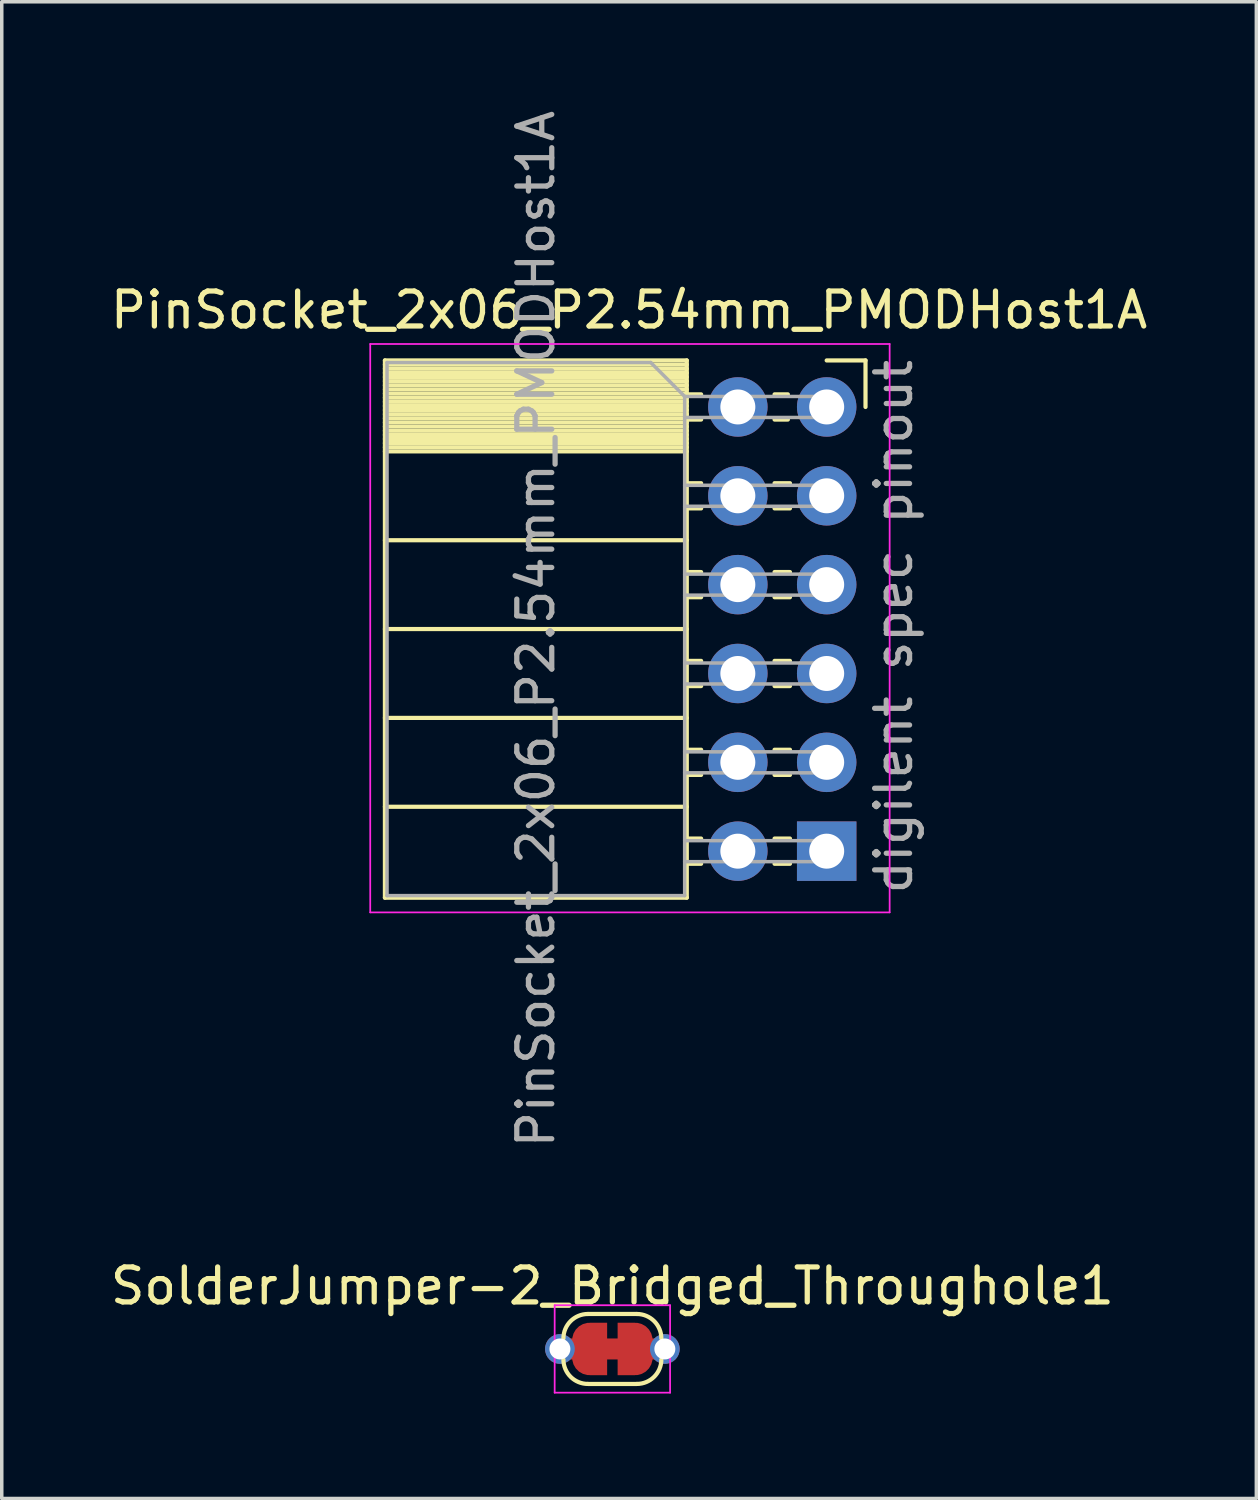
<source format=kicad_pcb>
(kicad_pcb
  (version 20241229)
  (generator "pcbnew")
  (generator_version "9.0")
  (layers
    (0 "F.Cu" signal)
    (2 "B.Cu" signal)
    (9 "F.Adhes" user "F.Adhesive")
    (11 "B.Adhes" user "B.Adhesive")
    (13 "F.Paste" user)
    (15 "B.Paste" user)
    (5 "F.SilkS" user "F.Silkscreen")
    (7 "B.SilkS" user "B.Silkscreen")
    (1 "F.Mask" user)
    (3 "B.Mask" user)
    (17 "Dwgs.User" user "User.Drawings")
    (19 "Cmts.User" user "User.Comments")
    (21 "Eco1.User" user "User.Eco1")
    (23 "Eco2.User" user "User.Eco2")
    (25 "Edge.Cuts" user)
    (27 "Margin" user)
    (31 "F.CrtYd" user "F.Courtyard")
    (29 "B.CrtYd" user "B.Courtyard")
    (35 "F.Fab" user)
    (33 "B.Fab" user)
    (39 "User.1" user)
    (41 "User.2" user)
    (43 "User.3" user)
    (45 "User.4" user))
  (footprint "PinSocket_2x06_P2.54mm_PMODHost1A"
    (layer "F.Cu")
    (at 20.585 8.585)
    (property "Reference" "PinSocket_2x06_P2.54mm_PMODHost1A" (at -5.65 -2.77 0) (layer "F.SilkS") (effects (font (size 1 1) (thickness 0.15))))
    (attr through_hole)
    (fp_line (start -12.63 -1.33) (end -12.63 14.03) (stroke (width 0.12) (type solid)) (layer "F.SilkS"))
    (fp_line (start -12.63 -1.33) (end -4 -1.33) (stroke (width 0.12) (type solid)) (layer "F.SilkS"))
    (fp_line (start -12.63 -1.21) (end -4 -1.21) (stroke (width 0.12) (type solid)) (layer "F.SilkS"))
    (fp_line (start -12.63 -1.092) (end -4 -1.092) (stroke (width 0.12) (type solid)) (layer "F.SilkS"))
    (fp_line (start -12.63 -0.974) (end -4 -0.974) (stroke (width 0.12) (type solid)) (layer "F.SilkS"))
    (fp_line (start -12.63 -0.856) (end -4 -0.856) (stroke (width 0.12) (type solid)) (layer "F.SilkS"))
    (fp_line (start -12.63 -0.738) (end -4 -0.738) (stroke (width 0.12) (type solid)) (layer "F.SilkS"))
    (fp_line (start -12.63 -0.62) (end -4 -0.62) (stroke (width 0.12) (type solid)) (layer "F.SilkS"))
    (fp_line (start -12.63 -0.501) (end -4 -0.501) (stroke (width 0.12) (type solid)) (layer "F.SilkS"))
    (fp_line (start -12.63 -0.383) (end -4 -0.383) (stroke (width 0.12) (type solid)) (layer "F.SilkS"))
    (fp_line (start -12.63 -0.265) (end -4 -0.265) (stroke (width 0.12) (type solid)) (layer "F.SilkS"))
    (fp_line (start -12.63 -0.147) (end -4 -0.147) (stroke (width 0.12) (type solid)) (layer "F.SilkS"))
    (fp_line (start -12.63 -0.029) (end -4 -0.029) (stroke (width 0.12) (type solid)) (layer "F.SilkS"))
    (fp_line (start -12.63 0.089) (end -4 0.089) (stroke (width 0.12) (type solid)) (layer "F.SilkS"))
    (fp_line (start -12.63 0.207) (end -4 0.207) (stroke (width 0.12) (type solid)) (layer "F.SilkS"))
    (fp_line (start -12.63 0.325) (end -4 0.325) (stroke (width 0.12) (type solid)) (layer "F.SilkS"))
    (fp_line (start -12.63 0.443) (end -4 0.443) (stroke (width 0.12) (type solid)) (layer "F.SilkS"))
    (fp_line (start -12.63 0.561) (end -4 0.561) (stroke (width 0.12) (type solid)) (layer "F.SilkS"))
    (fp_line (start -12.63 0.68) (end -4 0.68) (stroke (width 0.12) (type solid)) (layer "F.SilkS"))
    (fp_line (start -12.63 0.798) (end -4 0.798) (stroke (width 0.12) (type solid)) (layer "F.SilkS"))
    (fp_line (start -12.63 0.916) (end -4 0.916) (stroke (width 0.12) (type solid)) (layer "F.SilkS"))
    (fp_line (start -12.63 1.034) (end -4 1.034) (stroke (width 0.12) (type solid)) (layer "F.SilkS"))
    (fp_line (start -12.63 1.152) (end -4 1.152) (stroke (width 0.12) (type solid)) (layer "F.SilkS"))
    (fp_line (start -12.63 1.27) (end -4 1.27) (stroke (width 0.12) (type solid)) (layer "F.SilkS"))
    (fp_line (start -12.63 3.81) (end -4 3.81) (stroke (width 0.12) (type solid)) (layer "F.SilkS"))
    (fp_line (start -12.63 6.35) (end -4 6.35) (stroke (width 0.12) (type solid)) (layer "F.SilkS"))
    (fp_line (start -12.63 8.89) (end -4 8.89) (stroke (width 0.12) (type solid)) (layer "F.SilkS"))
    (fp_line (start -12.63 11.43) (end -4 11.43) (stroke (width 0.12) (type solid)) (layer "F.SilkS"))
    (fp_line (start -12.63 14.03) (end -4 14.03) (stroke (width 0.12) (type solid)) (layer "F.SilkS"))
    (fp_line (start -4 -1.33) (end -4 14.03) (stroke (width 0.12) (type solid)) (layer "F.SilkS"))
    (fp_line (start -4 -0.36) (end -3.59 -0.36) (stroke (width 0.12) (type solid)) (layer "F.SilkS"))
    (fp_line (start -4 0.36) (end -3.59 0.36) (stroke (width 0.12) (type solid)) (layer "F.SilkS"))
    (fp_line (start -4 2.18) (end -3.59 2.18) (stroke (width 0.12) (type solid)) (layer "F.SilkS"))
    (fp_line (start -4 2.9) (end -3.59 2.9) (stroke (width 0.12) (type solid)) (layer "F.SilkS"))
    (fp_line (start -4 4.72) (end -3.59 4.72) (stroke (width 0.12) (type solid)) (layer "F.SilkS"))
    (fp_line (start -4 5.44) (end -3.59 5.44) (stroke (width 0.12) (type solid)) (layer "F.SilkS"))
    (fp_line (start -4 7.26) (end -3.59 7.26) (stroke (width 0.12) (type solid)) (layer "F.SilkS"))
    (fp_line (start -4 7.98) (end -3.59 7.98) (stroke (width 0.12) (type solid)) (layer "F.SilkS"))
    (fp_line (start -4 9.8) (end -3.59 9.8) (stroke (width 0.12) (type solid)) (layer "F.SilkS"))
    (fp_line (start -4 10.52) (end -3.59 10.52) (stroke (width 0.12) (type solid)) (layer "F.SilkS"))
    (fp_line (start -4 12.34) (end -3.59 12.34) (stroke (width 0.12) (type solid)) (layer "F.SilkS"))
    (fp_line (start -4 13.06) (end -3.59 13.06) (stroke (width 0.12) (type solid)) (layer "F.SilkS"))
    (fp_line (start -1.49 -0.36) (end -1.11 -0.36) (stroke (width 0.12) (type solid)) (layer "F.SilkS"))
    (fp_line (start -1.49 0.36) (end -1.11 0.36) (stroke (width 0.12) (type solid)) (layer "F.SilkS"))
    (fp_line (start -1.49 2.18) (end -1.05 2.18) (stroke (width 0.12) (type solid)) (layer "F.SilkS"))
    (fp_line (start -1.49 2.9) (end -1.05 2.9) (stroke (width 0.12) (type solid)) (layer "F.SilkS"))
    (fp_line (start -1.49 4.72) (end -1.05 4.72) (stroke (width 0.12) (type solid)) (layer "F.SilkS"))
    (fp_line (start -1.49 5.44) (end -1.05 5.44) (stroke (width 0.12) (type solid)) (layer "F.SilkS"))
    (fp_line (start -1.49 7.26) (end -1.05 7.26) (stroke (width 0.12) (type solid)) (layer "F.SilkS"))
    (fp_line (start -1.49 7.98) (end -1.05 7.98) (stroke (width 0.12) (type solid)) (layer "F.SilkS"))
    (fp_line (start -1.49 9.8) (end -1.05 9.8) (stroke (width 0.12) (type solid)) (layer "F.SilkS"))
    (fp_line (start -1.49 10.52) (end -1.05 10.52) (stroke (width 0.12) (type solid)) (layer "F.SilkS"))
    (fp_line (start -1.49 12.34) (end -1.05 12.34) (stroke (width 0.12) (type solid)) (layer "F.SilkS"))
    (fp_line (start -1.49 13.06) (end -1.05 13.06) (stroke (width 0.12) (type solid)) (layer "F.SilkS"))
    (fp_line (start 0 -1.33) (end 1.11 -1.33) (stroke (width 0.12) (type solid)) (layer "F.SilkS"))
    (fp_line (start 1.11 -1.33) (end 1.11 0) (stroke (width 0.12) (type solid)) (layer "F.SilkS"))
    (fp_line (start -13.05 -1.8) (end -13.05 14.45) (stroke (width 0.05) (type solid)) (layer "F.CrtYd"))
    (fp_line (start -13.05 14.45) (end 1.8 14.45) (stroke (width 0.05) (type solid)) (layer "F.CrtYd"))
    (fp_line (start 1.8 -1.8) (end -13.05 -1.8) (stroke (width 0.05) (type solid)) (layer "F.CrtYd"))
    (fp_line (start 1.8 14.45) (end 1.8 -1.8) (stroke (width 0.05) (type solid)) (layer "F.CrtYd"))
    (fp_line (start -12.57 -1.27) (end -5.03 -1.27) (stroke (width 0.1) (type solid)) (layer "F.Fab"))
    (fp_line (start -12.57 13.97) (end -12.57 -1.27) (stroke (width 0.1) (type solid)) (layer "F.Fab"))
    (fp_line (start -5.03 -1.27) (end -4.06 -0.3) (stroke (width 0.1) (type solid)) (layer "F.Fab"))
    (fp_line (start -4.06 -0.3) (end -4.06 13.97) (stroke (width 0.1) (type solid)) (layer "F.Fab"))
    (fp_line (start -4.06 0.3) (end 0 0.3) (stroke (width 0.1) (type solid)) (layer "F.Fab"))
    (fp_line (start -4.06 2.84) (end 0 2.84) (stroke (width 0.1) (type solid)) (layer "F.Fab"))
    (fp_line (start -4.06 5.38) (end 0 5.38) (stroke (width 0.1) (type solid)) (layer "F.Fab"))
    (fp_line (start -4.06 7.92) (end 0 7.92) (stroke (width 0.1) (type solid)) (layer "F.Fab"))
    (fp_line (start -4.06 10.46) (end 0 10.46) (stroke (width 0.1) (type solid)) (layer "F.Fab"))
    (fp_line (start -4.06 13) (end 0 13) (stroke (width 0.1) (type solid)) (layer "F.Fab"))
    (fp_line (start -4.06 13.97) (end -12.57 13.97) (stroke (width 0.1) (type solid)) (layer "F.Fab"))
    (fp_line (start 0 -0.3) (end -4.06 -0.3) (stroke (width 0.1) (type solid)) (layer "F.Fab"))
    (fp_line (start 0 0.3) (end 0 -0.3) (stroke (width 0.1) (type solid)) (layer "F.Fab"))
    (fp_line (start 0 2.24) (end -4.06 2.24) (stroke (width 0.1) (type solid)) (layer "F.Fab"))
    (fp_line (start 0 2.84) (end 0 2.24) (stroke (width 0.1) (type solid)) (layer "F.Fab"))
    (fp_line (start 0 4.78) (end -4.06 4.78) (stroke (width 0.1) (type solid)) (layer "F.Fab"))
    (fp_line (start 0 5.38) (end 0 4.78) (stroke (width 0.1) (type solid)) (layer "F.Fab"))
    (fp_line (start 0 7.32) (end -4.06 7.32) (stroke (width 0.1) (type solid)) (layer "F.Fab"))
    (fp_line (start 0 7.92) (end 0 7.32) (stroke (width 0.1) (type solid)) (layer "F.Fab"))
    (fp_line (start 0 9.86) (end -4.06 9.86) (stroke (width 0.1) (type solid)) (layer "F.Fab"))
    (fp_line (start 0 10.46) (end 0 9.86) (stroke (width 0.1) (type solid)) (layer "F.Fab"))
    (fp_line (start 0 12.4) (end -4.06 12.4) (stroke (width 0.1) (type solid)) (layer "F.Fab"))
    (fp_line (start 0 13) (end 0 12.4) (stroke (width 0.1) (type solid)) (layer "F.Fab"))
    (fp_text user "${REFERENCE}" (at -8.315 6.35 90) (layer "F.Fab") (effects (font (size 1 1) (thickness 0.15))))
    (fp_text user "digilent spec pinout" (at 2.5 14 90) (unlocked yes) (layer "F.Fab") (effects (font (size 1 1) (thickness 0.15)) (justify left bottom)))
    (pad "1" thru_hole rect (at 0 12.7) (size 1.7 1.7) (drill 1) (layers "*.Cu" "*.Mask"))
    (pad "2" thru_hole oval (at 0 10.16) (size 1.7 1.7) (drill 1) (layers "*.Cu" "*.Mask"))
    (pad "3" thru_hole oval (at 0 7.62) (size 1.7 1.7) (drill 1) (layers "*.Cu" "*.Mask"))
    (pad "4" thru_hole oval (at 0 5.08) (size 1.7 1.7) (drill 1) (layers "*.Cu" "*.Mask"))
    (pad "5" thru_hole oval (at 0 2.54) (size 1.7 1.7) (drill 1) (layers "*.Cu" "*.Mask"))
    (pad "6" thru_hole circle (at 0 0) (size 1.7 1.7) (drill 1) (layers "*.Cu" "*.Mask"))
    (pad "7" thru_hole oval (at -2.54 12.7) (size 1.7 1.7) (drill 1) (layers "*.Cu" "*.Mask"))
    (pad "8" thru_hole oval (at -2.54 10.16) (size 1.7 1.7) (drill 1) (layers "*.Cu" "*.Mask"))
    (pad "9" thru_hole oval (at -2.54 7.62) (size 1.7 1.7) (drill 1) (layers "*.Cu" "*.Mask"))
    (pad "10" thru_hole oval (at -2.54 5.08) (size 1.7 1.7) (drill 1) (layers "*.Cu" "*.Mask"))
    (pad "11" thru_hole oval (at -2.54 2.54) (size 1.7 1.7) (drill 1) (layers "*.Cu" "*.Mask"))
    (pad "12" thru_hole oval (at -2.54 0) (size 1.7 1.7) (drill 1) (layers "*.Cu" "*.Mask")))
  (footprint "SolderJumper-2_Bridged_Throughole1"
    (layer "F.Cu")
    (at 14.458 35.517)
    (property "Reference" "SolderJumper-2_Bridged_Throughole1" (at 0 -1.8 0) (layer "F.SilkS") (effects (font (size 1 1) (thickness 0.15))))
    (attr exclude_from_pos_files exclude_from_bom)
    (fp_poly (pts (xy -0.75 -0.3) (xy -1.25 -0.3) (xy -1.25 0.3) (xy -0.75 0.3)) (stroke (width 0) (type solid)) (fill yes) (layer "F.Cu"))
    (fp_poly (pts (xy 0.25 -0.3) (xy -0.25 -0.3) (xy -0.25 0.3) (xy 0.25 0.3)) (stroke (width 0) (type solid)) (fill yes) (layer "F.Cu"))
    (fp_poly (pts (xy 1.25 -0.3) (xy 0.75 -0.3) (xy 0.75 0.3) (xy 1.25 0.3)) (stroke (width 0) (type solid)) (fill yes) (layer "F.Cu"))
    (fp_line (start -0.7 -1) (end 0.7 -1) (stroke (width 0.12) (type solid)) (layer "F.SilkS"))
    (fp_line (start 0.7 1) (end -0.7 1) (stroke (width 0.12) (type solid)) (layer "F.SilkS"))
    (fp_arc (start -1.4 -0.3) (mid -1.194975 -0.794975) (end -0.7 -1) (stroke (width 0.12) (type solid)) (layer "F.SilkS"))
    (fp_arc (start -0.7 1) (mid -1.194975 0.794975) (end -1.4 0.3) (stroke (width 0.12) (type solid)) (layer "F.SilkS"))
    (fp_arc (start 0.7 -1) (mid 1.194975 -0.794975) (end 1.4 -0.3) (stroke (width 0.12) (type solid)) (layer "F.SilkS"))
    (fp_arc (start 1.4 0.3) (mid 1.194975 0.794975) (end 0.7 1) (stroke (width 0.12) (type solid)) (layer "F.SilkS"))
    (fp_line (start -1.65 -1.25) (end -1.65 1.25) (stroke (width 0.05) (type solid)) (layer "F.CrtYd"))
    (fp_line (start -1.65 -1.25) (end 1.65 -1.25) (stroke (width 0.05) (type solid)) (layer "F.CrtYd"))
    (fp_line (start 1.65 1.25) (end -1.65 1.25) (stroke (width 0.05) (type solid)) (layer "F.CrtYd"))
    (fp_line (start 1.65 1.25) (end 1.65 -1.25) (stroke (width 0.05) (type solid)) (layer "F.CrtYd"))
    (pad "1" thru_hole circle (at -1.5 0) (size 0.85 0.85) (drill 0.6) (layers "*.Cu" "*.Mask"))
    (pad "1" smd custom (at -0.65 0) (size 1 0.5) (layers "F.Cu" "F.Mask") (options (anchor rect)) (primitives (gr_circle (center 0 0.25) (end 0.5 0.25) (width 0) (fill yes)) (gr_circle (center 0 -0.25) (end 0.5 -0.25) (width 0) (fill yes)) (gr_poly (pts (xy 0.5 0.75) (xy 0 0.75) (xy 0 -0.75) (xy 0.5 -0.75)) (width 0) (fill yes))))
    (pad "2" smd custom (at 0.65 0) (size 1 0.5) (layers "F.Cu" "F.Mask") (options (anchor rect)) (primitives (gr_circle (center 0 0.25) (end 0.5 0.25) (width 0) (fill yes)) (gr_circle (center 0 -0.25) (end 0.5 -0.25) (width 0) (fill yes)) (gr_poly (pts (xy 0 0.75) (xy -0.5 0.75) (xy -0.5 -0.75) (xy 0 -0.75)) (width 0) (fill yes))))
    (pad "2" thru_hole circle (at 1.5 0) (size 0.85 0.85) (drill 0.6) (layers "*.Cu" "*.Mask")))
  (gr_rect
    (start -3 -3)
    (end 32.869 39.792)
    (stroke (width 0.1) (type default))
    (fill no)
    (layer "Edge.Cuts")))
</source>
